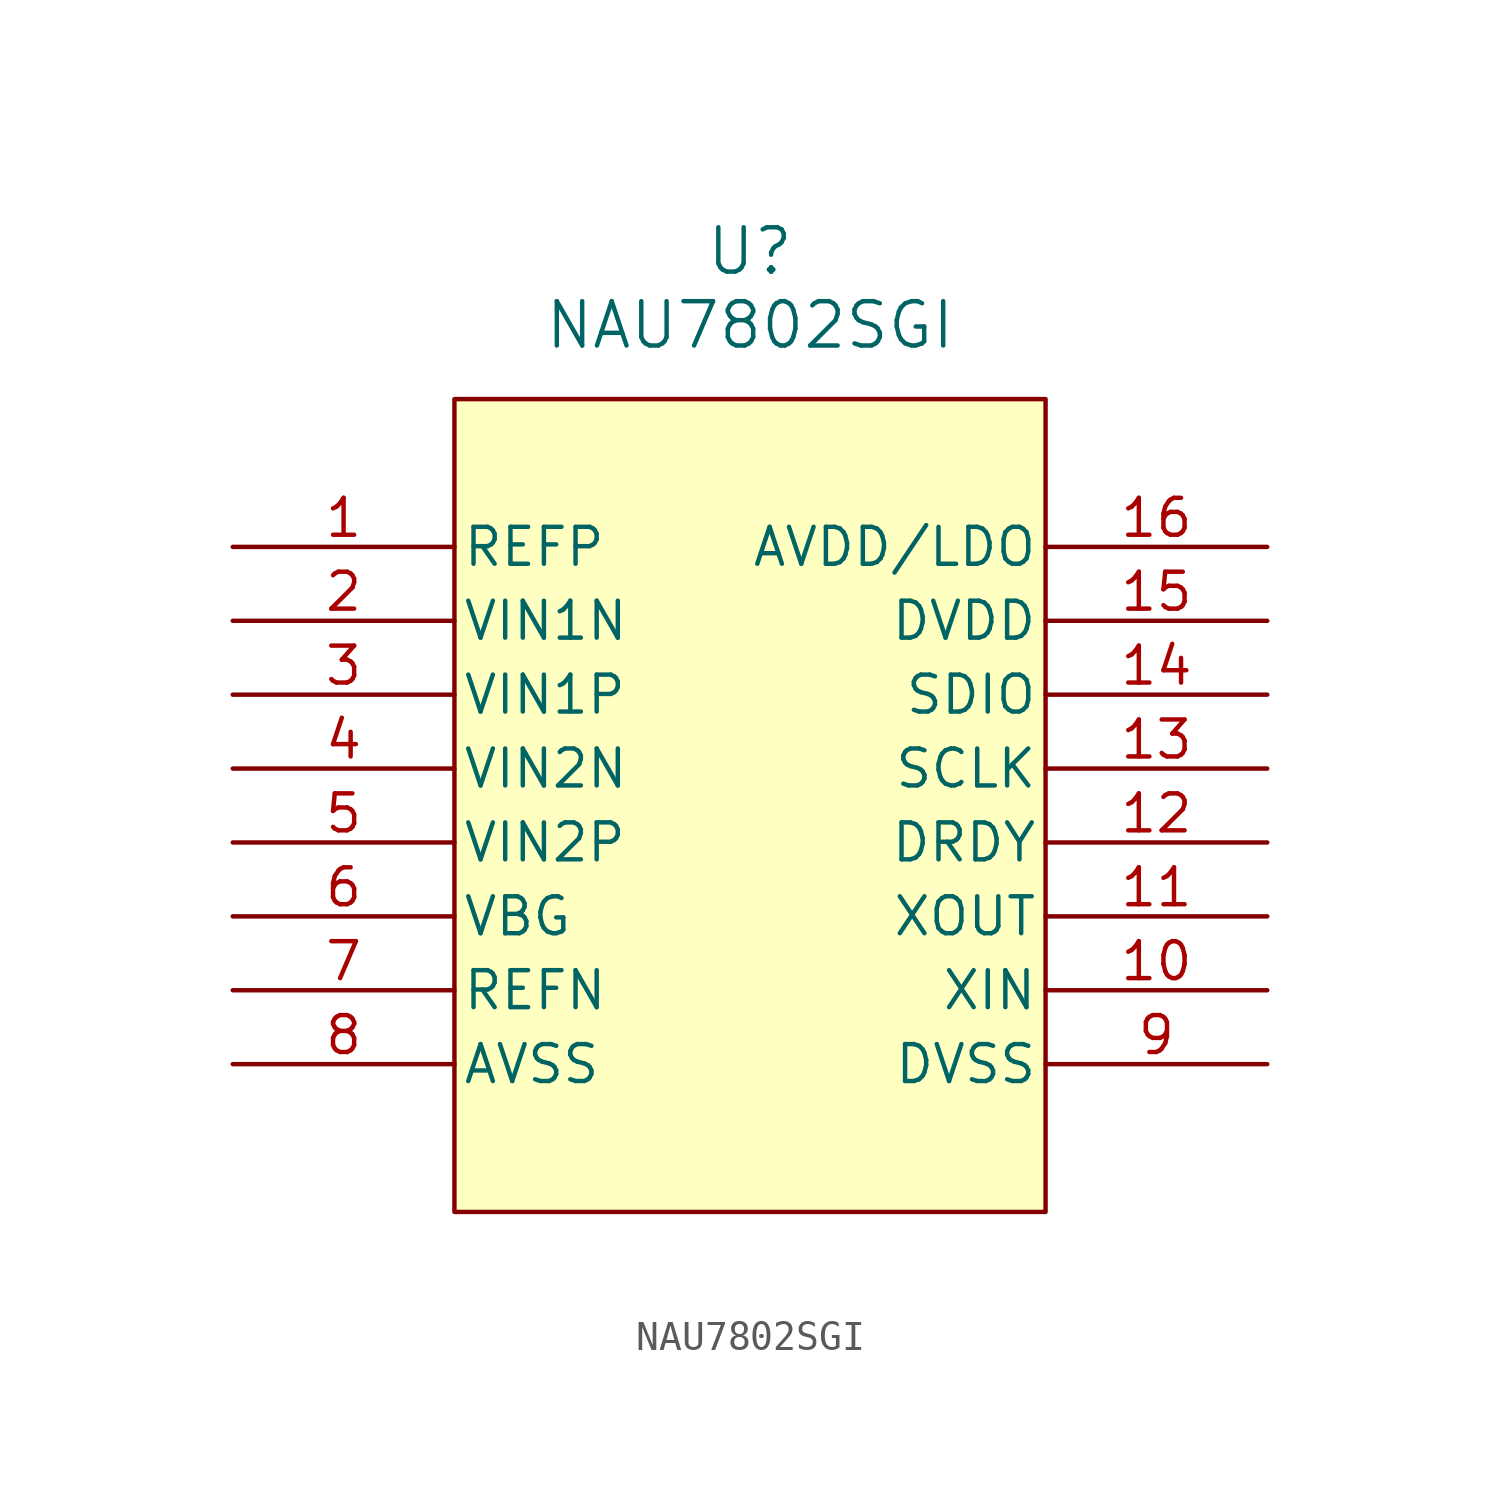
<source format=kicad_sym>
(kicad_symbol_lib
  (version 20220914)
  (generator kicad_symbol_editor)
  (symbol "NAU7802SGI"
    (pin_names
      (offset 0.254))
    (property "Reference" "U"
      (at 17.78 10.16 0)
      (effects (font (size 1.524 1.524))))
    (property "Value" "NAU7802SGI"
      (at 17.78 7.62 0)
      (effects (font (size 1.524 1.524))))
    (property "ki_locked" ""
      (at 0 0 0)
      (effects (font (size 1.27 1.27))))
    (symbol "NAU7802SGI_0_1"
      (pin output line (at 35.56 -12.7 180) (length 7.62) (name "XOUT" (effects (font (size 1.27 1.27)))) (number "11" (effects (font (size 1.27 1.27)))))
      (pin power_in line (at 35.56 -2.54 180) (length 7.62) (name "DVDD" (effects (font (size 1.27 1.27)))) (number "15" (effects (font (size 1.27 1.27)))))
      (pin power_in line (at 35.56 0 180) (length 7.62) (name "AVDD/LDO" (effects (font (size 1.27 1.27)))) (number "16" (effects (font (size 1.27 1.27)))))
      (pin input line (at 0 -2.54 0) (length 7.62) (name "VIN1N" (effects (font (size 1.27 1.27)))) (number "2" (effects (font (size 1.27 1.27)))))
      (pin input line (at 0 -5.08 0) (length 7.62) (name "VIN1P" (effects (font (size 1.27 1.27)))) (number "3" (effects (font (size 1.27 1.27)))))
      (pin input line (at 0 -7.62 0) (length 7.62) (name "VIN2N" (effects (font (size 1.27 1.27)))) (number "4" (effects (font (size 1.27 1.27)))))
      (pin input line (at 0 -10.16 0) (length 7.62) (name "VIN2P" (effects (font (size 1.27 1.27)))) (number "5" (effects (font (size 1.27 1.27)))))
      (pin power_out line (at 0 -17.78 0) (length 7.62) (name "AVSS" (effects (font (size 1.27 1.27)))) (number "8" (effects (font (size 1.27 1.27)))))
      (pin power_out line (at 35.56 -17.78 180) (length 7.62) (name "DVSS" (effects (font (size 1.27 1.27)))) (number "9" (effects (font (size 1.27 1.27))))))
    (symbol "NAU7802SGI_1_1"
      (rectangle (start 7.62 5.08) (end 27.94 -22.86) (stroke (width 0) (type default)) (fill (type background)))
      (pin passive line (at 0 0 0) (length 7.62) (name "REFP" (effects (font (size 1.27 1.27)))) (number "1" (effects (font (size 1.27 1.27)))))
      (pin passive line (at 35.56 -15.24 180) (length 7.62) (name "XIN" (effects (font (size 1.27 1.27)))) (number "10" (effects (font (size 1.27 1.27)))))
      (pin passive line (at 35.56 -10.16 180) (length 7.62) (name "DRDY" (effects (font (size 1.27 1.27)))) (number "12" (effects (font (size 1.27 1.27)))))
      (pin passive line (at 35.56 -7.62 180) (length 7.62) (name "SCLK" (effects (font (size 1.27 1.27)))) (number "13" (effects (font (size 1.27 1.27)))))
      (pin passive line (at 35.56 -5.08 180) (length 7.62) (name "SDIO" (effects (font (size 1.27 1.27)))) (number "14" (effects (font (size 1.27 1.27)))))
      (pin passive line (at 0 -12.7 0) (length 7.62) (name "VBG" (effects (font (size 1.27 1.27)))) (number "6" (effects (font (size 1.27 1.27)))))
      (pin passive line (at 0 -15.24 0) (length 7.62) (name "REFN" (effects (font (size 1.27 1.27)))) (number "7" (effects (font (size 1.27 1.27))))))))
</source>
